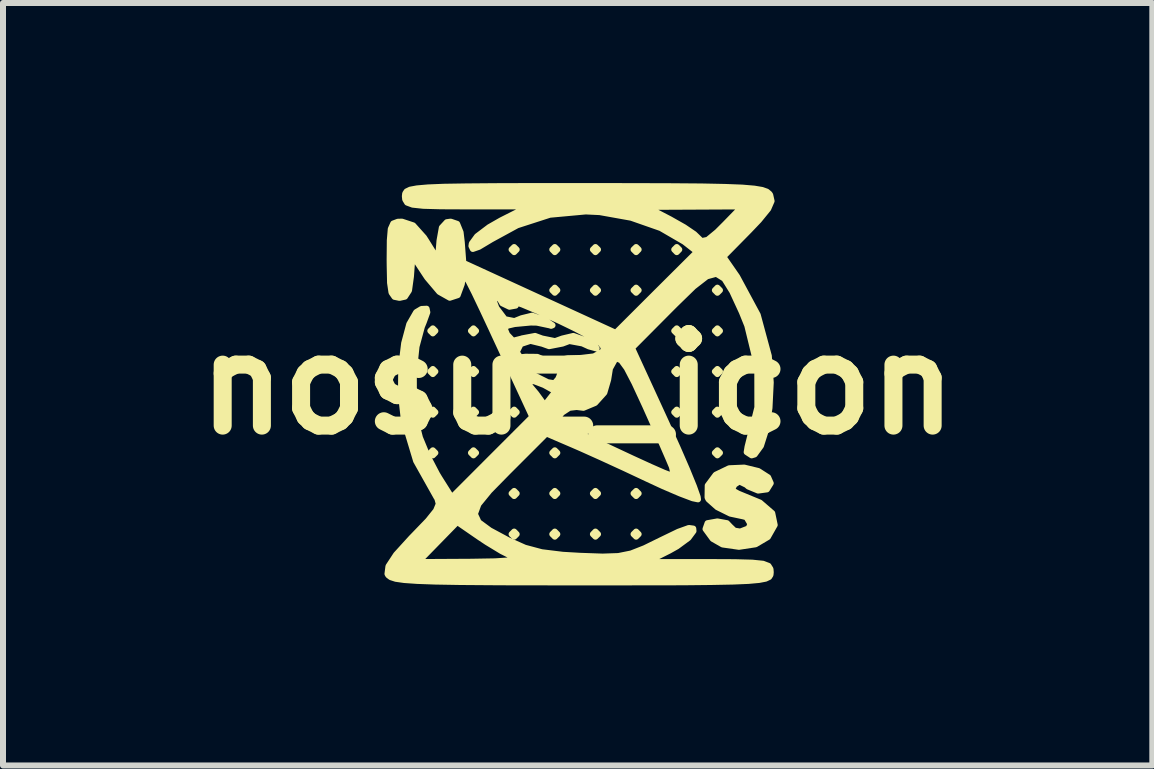
<source format=kicad_pcb>
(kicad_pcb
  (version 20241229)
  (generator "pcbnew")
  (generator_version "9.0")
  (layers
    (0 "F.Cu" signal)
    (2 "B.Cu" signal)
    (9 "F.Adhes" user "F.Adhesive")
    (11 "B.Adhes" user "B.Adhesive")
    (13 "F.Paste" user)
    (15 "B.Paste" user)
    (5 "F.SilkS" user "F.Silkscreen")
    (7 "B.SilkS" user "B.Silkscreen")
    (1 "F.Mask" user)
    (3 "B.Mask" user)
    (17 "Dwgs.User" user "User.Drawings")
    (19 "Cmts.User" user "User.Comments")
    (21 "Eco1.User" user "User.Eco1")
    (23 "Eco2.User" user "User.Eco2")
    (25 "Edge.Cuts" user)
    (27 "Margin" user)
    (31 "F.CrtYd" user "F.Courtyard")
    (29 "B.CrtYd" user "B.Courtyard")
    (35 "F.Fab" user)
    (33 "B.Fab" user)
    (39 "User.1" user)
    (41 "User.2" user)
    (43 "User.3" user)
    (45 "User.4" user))
  (footprint "nosuz_icon"
    (layer "F.Cu")
    (at 6.575 3.352)
    (property "Reference" "nosuz_icon" (at 0 0 0) (layer "F.SilkS") (effects (font (size 1.524 1.524) (thickness 0.3))))
    (attr through_hole)
    (fp_poly (pts (xy -2.371 -0.889) (xy -2.413 -0.847) (xy -2.455 -0.889) (xy -2.413 -0.931) (xy -2.371 -0.889)) (stroke (width 0.1) (type solid)) (fill yes) (layer "F.SilkS"))
    (fp_poly (pts (xy -2.371 -0.212) (xy -2.413 -0.169) (xy -2.455 -0.212) (xy -2.413 -0.254) (xy -2.371 -0.212)) (stroke (width 0.1) (type solid)) (fill yes) (layer "F.SilkS"))
    (fp_poly (pts (xy -2.371 0.466) (xy -2.413 0.508) (xy -2.455 0.466) (xy -2.413 0.423) (xy -2.371 0.466)) (stroke (width 0.1) (type solid)) (fill yes) (layer "F.SilkS"))
    (fp_poly (pts (xy -2.371 1.143) (xy -2.413 1.185) (xy -2.455 1.143) (xy -2.413 1.101) (xy -2.371 1.143)) (stroke (width 0.1) (type solid)) (fill yes) (layer "F.SilkS"))
    (fp_poly (pts (xy -1.693 -0.889) (xy -1.736 -0.847) (xy -1.778 -0.889) (xy -1.736 -0.931) (xy -1.693 -0.889)) (stroke (width 0.1) (type solid)) (fill yes) (layer "F.SilkS"))
    (fp_poly (pts (xy -1.693 -0.212) (xy -1.736 -0.169) (xy -1.778 -0.212) (xy -1.736 -0.254) (xy -1.693 -0.212)) (stroke (width 0.1) (type solid)) (fill yes) (layer "F.SilkS"))
    (fp_poly (pts (xy -1.693 0.466) (xy -1.736 0.508) (xy -1.778 0.466) (xy -1.736 0.423) (xy -1.693 0.466)) (stroke (width 0.1) (type solid)) (fill yes) (layer "F.SilkS"))
    (fp_poly (pts (xy -1.693 1.143) (xy -1.736 1.185) (xy -1.778 1.143) (xy -1.736 1.101) (xy -1.693 1.143)) (stroke (width 0.1) (type solid)) (fill yes) (layer "F.SilkS"))
    (fp_poly (pts (xy -1.016 -2.244) (xy -1.058 -2.201) (xy -1.101 -2.244) (xy -1.058 -2.286) (xy -1.016 -2.244)) (stroke (width 0.1) (type solid)) (fill yes) (layer "F.SilkS"))
    (fp_poly (pts (xy -1.016 0.466) (xy -1.058 0.508) (xy -1.101 0.466) (xy -1.058 0.423) (xy -1.016 0.466)) (stroke (width 0.1) (type solid)) (fill yes) (layer "F.SilkS"))
    (fp_poly (pts (xy -1.016 1.82) (xy -1.058 1.863) (xy -1.101 1.82) (xy -1.058 1.778) (xy -1.016 1.82)) (stroke (width 0.1) (type solid)) (fill yes) (layer "F.SilkS"))
    (fp_poly (pts (xy -1.016 2.498) (xy -1.058 2.54) (xy -1.101 2.498) (xy -1.058 2.455) (xy -1.016 2.498)) (stroke (width 0.1) (type solid)) (fill yes) (layer "F.SilkS"))
    (fp_poly (pts (xy -0.339 -2.244) (xy -0.381 -2.201) (xy -0.423 -2.244) (xy -0.381 -2.286) (xy -0.339 -2.244)) (stroke (width 0.1) (type solid)) (fill yes) (layer "F.SilkS"))
    (fp_poly (pts (xy -0.339 -1.566) (xy -0.381 -1.524) (xy -0.423 -1.566) (xy -0.381 -1.609) (xy -0.339 -1.566)) (stroke (width 0.1) (type solid)) (fill yes) (layer "F.SilkS"))
    (fp_poly (pts (xy -0.339 1.143) (xy -0.381 1.185) (xy -0.423 1.143) (xy -0.381 1.101) (xy -0.339 1.143)) (stroke (width 0.1) (type solid)) (fill yes) (layer "F.SilkS"))
    (fp_poly (pts (xy -0.339 1.82) (xy -0.381 1.863) (xy -0.423 1.82) (xy -0.381 1.778) (xy -0.339 1.82)) (stroke (width 0.1) (type solid)) (fill yes) (layer "F.SilkS"))
    (fp_poly (pts (xy -0.339 2.498) (xy -0.381 2.54) (xy -0.423 2.498) (xy -0.381 2.455) (xy -0.339 2.498)) (stroke (width 0.1) (type solid)) (fill yes) (layer "F.SilkS"))
    (fp_poly (pts (xy 0.339 -2.244) (xy 0.296 -2.201) (xy 0.254 -2.244) (xy 0.296 -2.286) (xy 0.339 -2.244)) (stroke (width 0.1) (type solid)) (fill yes) (layer "F.SilkS"))
    (fp_poly (pts (xy 0.339 -1.566) (xy 0.296 -1.524) (xy 0.254 -1.566) (xy 0.296 -1.609) (xy 0.339 -1.566)) (stroke (width 0.1) (type solid)) (fill yes) (layer "F.SilkS"))
    (fp_poly (pts (xy 0.339 1.82) (xy 0.296 1.863) (xy 0.254 1.82) (xy 0.296 1.778) (xy 0.339 1.82)) (stroke (width 0.1) (type solid)) (fill yes) (layer "F.SilkS"))
    (fp_poly (pts (xy 0.339 2.498) (xy 0.296 2.54) (xy 0.254 2.498) (xy 0.296 2.455) (xy 0.339 2.498)) (stroke (width 0.1) (type solid)) (fill yes) (layer "F.SilkS"))
    (fp_poly (pts (xy 1.016 -2.244) (xy 0.974 -2.201) (xy 0.931 -2.244) (xy 0.974 -2.286) (xy 1.016 -2.244)) (stroke (width 0.1) (type solid)) (fill yes) (layer "F.SilkS"))
    (fp_poly (pts (xy 1.016 -1.566) (xy 0.974 -1.524) (xy 0.931 -1.566) (xy 0.974 -1.609) (xy 1.016 -1.566)) (stroke (width 0.1) (type solid)) (fill yes) (layer "F.SilkS"))
    (fp_poly (pts (xy 1.016 1.82) (xy 0.974 1.863) (xy 0.931 1.82) (xy 0.974 1.778) (xy 1.016 1.82)) (stroke (width 0.1) (type solid)) (fill yes) (layer "F.SilkS"))
    (fp_poly (pts (xy 1.016 2.498) (xy 0.974 2.54) (xy 0.931 2.498) (xy 0.974 2.455) (xy 1.016 2.498)) (stroke (width 0.1) (type solid)) (fill yes) (layer "F.SilkS"))
    (fp_poly (pts (xy 1.693 -2.244) (xy 1.651 -2.201) (xy 1.609 -2.244) (xy 1.651 -2.286) (xy 1.693 -2.244)) (stroke (width 0.1) (type solid)) (fill yes) (layer "F.SilkS"))
    (fp_poly (pts (xy 1.693 -0.889) (xy 1.651 -0.847) (xy 1.609 -0.889) (xy 1.651 -0.931) (xy 1.693 -0.889)) (stroke (width 0.1) (type solid)) (fill yes) (layer "F.SilkS"))
    (fp_poly (pts (xy 1.693 -0.212) (xy 1.651 -0.169) (xy 1.609 -0.212) (xy 1.651 -0.254) (xy 1.693 -0.212)) (stroke (width 0.1) (type solid)) (fill yes) (layer "F.SilkS"))
    (fp_poly (pts (xy 1.693 0.466) (xy 1.651 0.508) (xy 1.609 0.466) (xy 1.651 0.423) (xy 1.693 0.466)) (stroke (width 0.1) (type solid)) (fill yes) (layer "F.SilkS"))
    (fp_poly (pts (xy 2.371 -1.566) (xy 2.328 -1.524) (xy 2.286 -1.566) (xy 2.328 -1.609) (xy 2.371 -1.566)) (stroke (width 0.1) (type solid)) (fill yes) (layer "F.SilkS"))
    (fp_poly (pts (xy 2.371 -0.889) (xy 2.328 -0.847) (xy 2.286 -0.889) (xy 2.328 -0.931) (xy 2.371 -0.889)) (stroke (width 0.1) (type solid)) (fill yes) (layer "F.SilkS"))
    (fp_poly (pts (xy 2.371 -0.212) (xy 2.328 -0.169) (xy 2.286 -0.212) (xy 2.328 -0.254) (xy 2.371 -0.212)) (stroke (width 0.1) (type solid)) (fill yes) (layer "F.SilkS"))
    (fp_poly (pts (xy 2.371 0.466) (xy 2.328 0.508) (xy 2.286 0.466) (xy 2.328 0.423) (xy 2.371 0.466)) (stroke (width 0.1) (type solid)) (fill yes) (layer "F.SilkS"))
    (fp_poly (pts (xy 2.371 1.143) (xy 2.328 1.185) (xy 2.286 1.143) (xy 2.328 1.101) (xy 2.371 1.143)) (stroke (width 0.1) (type solid)) (fill yes) (layer "F.SilkS"))
    (fp_poly (pts (xy 3.283 2.345) (xy 3.169 2.546) (xy 2.964 2.667) (xy 2.687 2.709) (xy 2.415 2.67) (xy 2.25 2.576) (xy 2.13 2.412) (xy 2.164 2.315) (xy 2.328 2.286) (xy 2.487 2.315) (xy 2.54 2.371) (xy 2.611 2.439) (xy 2.709 2.455) (xy 2.847 2.402) (xy 2.879 2.328) (xy 2.813 2.216) (xy 2.756 2.201) (xy 2.544 2.156) (xy 2.326 2.048) (xy 2.18 1.918) (xy 2.164 1.887) (xy 2.167 1.687) (xy 2.3 1.508) (xy 2.525 1.4) (xy 2.775 1.389) (xy 3.01 1.446) (xy 3.174 1.551) (xy 3.217 1.649) (xy 3.153 1.752) (xy 3.007 1.772) (xy 2.844 1.705) (xy 2.811 1.676) (xy 2.694 1.619) (xy 2.611 1.674) (xy 2.568 1.763) (xy 2.674 1.822) (xy 3.038 1.972) (xy 3.242 2.148) (xy 3.283 2.345)) (stroke (width 0.1) (type solid)) (fill yes) (layer "F.SilkS"))
    (fp_poly (pts (xy 3.231 -3.052) (xy 3.175 -2.923) (xy 3.021 -2.734) (xy 2.86 -2.565) (xy 2.743 -2.446) (xy 2.743 -2.963) (xy 1.943 -2.959) (xy 1.143 -2.955) (xy 1.539 -2.749) (xy 1.774 -2.616) (xy 1.942 -2.502) (xy 1.989 -2.457) (xy 2.064 -2.384) (xy 2.166 -2.406) (xy 2.325 -2.537) (xy 2.455 -2.667) (xy 2.743 -2.963) (xy 2.743 -2.446) (xy 2.427 -2.125) (xy 2.657 -1.793) (xy 3 -1.156) (xy 3.185 -0.472) (xy 3.217 -0.03) (xy 3.196 0.396) (xy 3.139 0.758) (xy 3.054 1.026) (xy 2.949 1.17) (xy 2.899 1.185) (xy 2.816 1.131) (xy 2.83 1.044) (xy 2.994 0.386) (xy 2.993 -0.292) (xy 2.826 -0.977) (xy 2.735 -1.202) (xy 2.576 -1.546) (xy 2.444 -1.758) (xy 2.311 -1.841) (xy 2.15 -1.797) (xy 1.931 -1.627) (xy 1.628 -1.332) (xy 1.57 -1.274) (xy 0.905 -0.605) (xy 1.475 0.636) (xy 1.665 1.057) (xy 1.823 1.421) (xy 1.938 1.703) (xy 1.999 1.876) (xy 2.005 1.918) (xy 1.917 1.9) (xy 1.711 1.822) (xy 1.589 1.77) (xy 1.589 1.459) (xy 1.57 1.376) (xy 1.513 1.241) (xy 1.404 0.99) (xy 1.258 0.661) (xy 1.124 0.361) (xy 0.946 -0.023) (xy 0.818 -0.269) (xy 0.724 -0.398) (xy 0.654 -0.429) (xy 0.621 -0.412) (xy 0.538 -0.263) (xy 0.508 -0.076) (xy 0.445 0.14) (xy 0.439 0.147) (xy 0.439 -0.61) (xy 0.379 -0.688) (xy 0.218 -0.793) (xy -0.065 -0.94) (xy -0.302 -1.055) (xy -0.641 -1.21) (xy -0.92 -1.327) (xy -1.107 -1.393) (xy -1.168 -1.4) (xy -1.146 -1.359) (xy -1.101 -1.355) (xy -1.024 -1.33) (xy -1.032 -1.31) (xy -1.137 -1.291) (xy -1.255 -1.348) (xy -1.307 -1.437) (xy -1.299 -1.461) (xy -1.298 -1.51) (xy -1.342 -1.49) (xy -1.396 -1.383) (xy -1.354 -1.27) (xy -1.214 -1.084) (xy -1.053 -1.052) (xy -0.933 -1.1) (xy -0.758 -1.143) (xy -0.555 -1.07) (xy -0.529 -1.056) (xy -0.419 -0.982) (xy -0.442 -0.973) (xy -0.466 -0.981) (xy -0.679 -1.026) (xy -0.783 -1.028) (xy -1.051 -1.003) (xy -1.184 -0.972) (xy -1.214 -0.919) (xy -1.175 -0.827) (xy -1.078 -0.724) (xy -0.933 -0.761) (xy -0.928 -0.764) (xy -0.71 -0.805) (xy -0.593 -0.762) (xy -0.376 -0.718) (xy -0.254 -0.762) (xy -0.072 -0.805) (xy 0.145 -0.727) (xy 0.148 -0.726) (xy 0.288 -0.639) (xy 0.317 -0.597) (xy 0.312 -0.596) (xy 0.188 -0.63) (xy 0.079 -0.68) (xy -0.14 -0.72) (xy -0.254 -0.677) (xy -0.476 -0.634) (xy -0.587 -0.674) (xy -0.787 -0.723) (xy -0.95 -0.669) (xy -1.016 -0.536) (xy -0.958 -0.449) (xy -0.868 -0.458) (xy -0.673 -0.456) (xy -0.593 -0.422) (xy -0.417 -0.379) (xy -0.339 -0.396) (xy -0.166 -0.432) (xy 0.054 -0.438) (xy 0.272 -0.464) (xy 0.418 -0.544) (xy 0.439 -0.61) (xy 0.439 0.147) (xy 0.29 0.312) (xy 0.096 0.393) (xy -0.017 0.379) (xy -0.138 0.393) (xy -0.258 0.472) (xy -0.258 -0.291) (xy -0.293 -0.32) (xy -0.337 -0.297) (xy -0.468 -0.293) (xy -0.6 -0.343) (xy -0.792 -0.392) (xy -0.865 -0.354) (xy -0.868 -0.257) (xy -0.708 -0.138) (xy -0.499 -0.034) (xy -0.387 -0.016) (xy -0.326 -0.086) (xy -0.305 -0.134) (xy -0.258 -0.291) (xy -0.258 0.472) (xy -0.265 0.477) (xy -0.338 0.58) (xy -0.327 0.633) (xy -0.235 0.686) (xy -0.026 0.791) (xy 0.261 0.931) (xy 0.589 1.086) (xy 0.92 1.241) (xy 1.215 1.376) (xy 1.438 1.474) (xy 1.551 1.517) (xy 1.554 1.517) (xy 1.589 1.459) (xy 1.589 1.77) (xy 1.419 1.697) (xy 1.173 1.583) (xy 0.779 1.398) (xy 0.385 1.217) (xy 0.053 1.068) (xy -0.071 1.014) (xy -0.339 0.899) (xy -0.339 0.173) (xy -0.406 0.098) (xy -0.559 0.013) (xy -0.723 -0.05) (xy -0.822 -0.053) (xy -0.822 -0.053) (xy -0.798 0.027) (xy -0.691 0.155) (xy -0.587 0.298) (xy -0.579 0.392) (xy -0.569 0.404) (xy -0.487 0.347) (xy -0.368 0.232) (xy -0.339 0.173) (xy -0.339 0.899) (xy -0.522 0.82) (xy -1.165 1.463) (xy -1.47 1.774) (xy -1.653 1.998) (xy -1.713 2.163) (xy -1.65 2.298) (xy -1.464 2.435) (xy -1.155 2.601) (xy -1.148 2.604) (xy -0.88 2.724) (xy -0.6 2.799) (xy -0.249 2.842) (xy 0.042 2.859) (xy 0.415 2.872) (xy 0.678 2.863) (xy 0.891 2.82) (xy 1.115 2.732) (xy 1.38 2.602) (xy 1.678 2.458) (xy 1.853 2.395) (xy 1.926 2.405) (xy 1.93 2.446) (xy 1.845 2.561) (xy 1.655 2.701) (xy 1.527 2.773) (xy 1.149 2.963) (xy 2.183 2.963) (xy 2.617 2.965) (xy 2.908 2.973) (xy 3.087 2.991) (xy 3.179 3.026) (xy 3.213 3.08) (xy 3.217 3.133) (xy 3.213 3.176) (xy 3.19 3.212) (xy 3.131 3.24) (xy 3.022 3.261) (xy 2.845 3.277) (xy 2.586 3.288) (xy 2.227 3.295) (xy 1.754 3.3) (xy 1.149 3.301) (xy 0.398 3.302) (xy 0.051 3.302) (xy -0.768 3.301) (xy -1.043 3.301) (xy -1.043 2.908) (xy -1.084 2.874) (xy -1.268 2.781) (xy -1.515 2.631) (xy -1.643 2.546) (xy -2.007 2.295) (xy -2.333 2.629) (xy -2.659 2.963) (xy -1.774 2.958) (xy -1.374 2.951) (xy -1.133 2.935) (xy -1.043 2.908) (xy -1.043 3.301) (xy -1.435 3.299) (xy -1.964 3.295) (xy -2.372 3.288) (xy -2.675 3.277) (xy -2.889 3.262) (xy -3.03 3.242) (xy -3.113 3.215) (xy -3.156 3.183) (xy -3.169 3.16) (xy -3.153 3.034) (xy -3.025 2.839) (xy -2.772 2.561) (xy -2.735 2.523) (xy -2.494 2.273) (xy -2.36 2.106) (xy -2.314 1.994) (xy -2.338 1.905) (xy -2.353 1.882) (xy -2.692 1.278) (xy -2.895 0.603) (xy -2.944 0.169) (xy -2.94 -0.284) (xy -2.891 -0.684) (xy -2.806 -1.001) (xy -2.691 -1.201) (xy -2.602 -1.254) (xy -2.517 -1.258) (xy -2.505 -1.199) (xy -2.564 -1.036) (xy -2.596 -0.958) (xy -2.685 -0.628) (xy -2.73 -0.2) (xy -2.729 0.257) (xy -2.682 0.676) (xy -2.628 0.889) (xy -2.505 1.187) (xy -2.343 1.497) (xy -2.307 1.557) (xy -2.099 1.887) (xy -1.428 1.215) (xy -0.756 0.543) (xy -1.147 -0.3) (xy -1.398 -0.84) (xy -1.439 -0.929) (xy -1.439 -1.566) (xy -1.482 -1.609) (xy -1.524 -1.566) (xy -1.482 -1.524) (xy -1.439 -1.566) (xy -1.439 -0.929) (xy -1.586 -1.243) (xy -1.721 -1.526) (xy -1.812 -1.705) (xy -1.869 -1.796) (xy -1.9 -1.816) (xy -1.916 -1.781) (xy -1.926 -1.708) (xy -1.93 -1.672) (xy -1.999 -1.484) (xy -2.131 -1.441) (xy -2.305 -1.539) (xy -2.504 -1.774) (xy -2.518 -1.794) (xy -2.752 -2.149) (xy -2.778 -1.794) (xy -2.81 -1.563) (xy -2.878 -1.459) (xy -2.968 -1.439) (xy -3.052 -1.456) (xy -3.102 -1.528) (xy -3.126 -1.69) (xy -3.132 -1.978) (xy -3.133 -2.074) (xy -3.13 -2.397) (xy -3.114 -2.587) (xy -3.073 -2.678) (xy -2.996 -2.707) (xy -2.928 -2.709) (xy -2.741 -2.647) (xy -2.56 -2.445) (xy -2.526 -2.392) (xy -2.328 -2.074) (xy -2.302 -2.392) (xy -2.263 -2.61) (xy -2.18 -2.7) (xy -2.116 -2.709) (xy -2.008 -2.672) (xy -1.951 -2.532) (xy -1.931 -2.366) (xy -1.905 -2.022) (xy -0.635 -1.439) (xy 0.635 -0.856) (xy 1.312 -1.532) (xy 1.99 -2.207) (xy 1.778 -2.373) (xy 1.384 -2.602) (xy 0.892 -2.774) (xy 0.367 -2.868) (xy 0.134 -2.879) (xy -0.464 -2.824) (xy -1.008 -2.648) (xy -1.437 -2.414) (xy -1.646 -2.289) (xy -1.747 -2.254) (xy -1.77 -2.303) (xy -1.764 -2.344) (xy -1.676 -2.465) (xy -1.475 -2.617) (xy -1.276 -2.731) (xy -0.816 -2.963) (xy -1.847 -2.963) (xy -2.28 -2.965) (xy -2.571 -2.973) (xy -2.749 -2.992) (xy -2.841 -3.026) (xy -2.874 -3.08) (xy -2.879 -3.133) (xy -2.874 -3.177) (xy -2.85 -3.213) (xy -2.79 -3.242) (xy -2.677 -3.263) (xy -2.495 -3.279) (xy -2.228 -3.29) (xy -1.859 -3.296) (xy -1.372 -3.3) (xy -0.751 -3.302) (xy 0.022 -3.302) (xy 0.123 -3.302) (xy 0.918 -3.301) (xy 1.561 -3.299) (xy 2.068 -3.295) (xy 2.456 -3.287) (xy 2.742 -3.276) (xy 2.942 -3.259) (xy 3.073 -3.237) (xy 3.152 -3.209) (xy 3.195 -3.173) (xy 3.208 -3.154) (xy 3.231 -3.052)) (stroke (width 0.1) (type solid)) (fill yes) (layer "F.SilkS")))
  (gr_rect
    (start -3 -3)
    (end 16.15 9.704)
    (stroke (width 0.1) (type default))
    (fill no)
    (layer "Edge.Cuts")))
</source>
